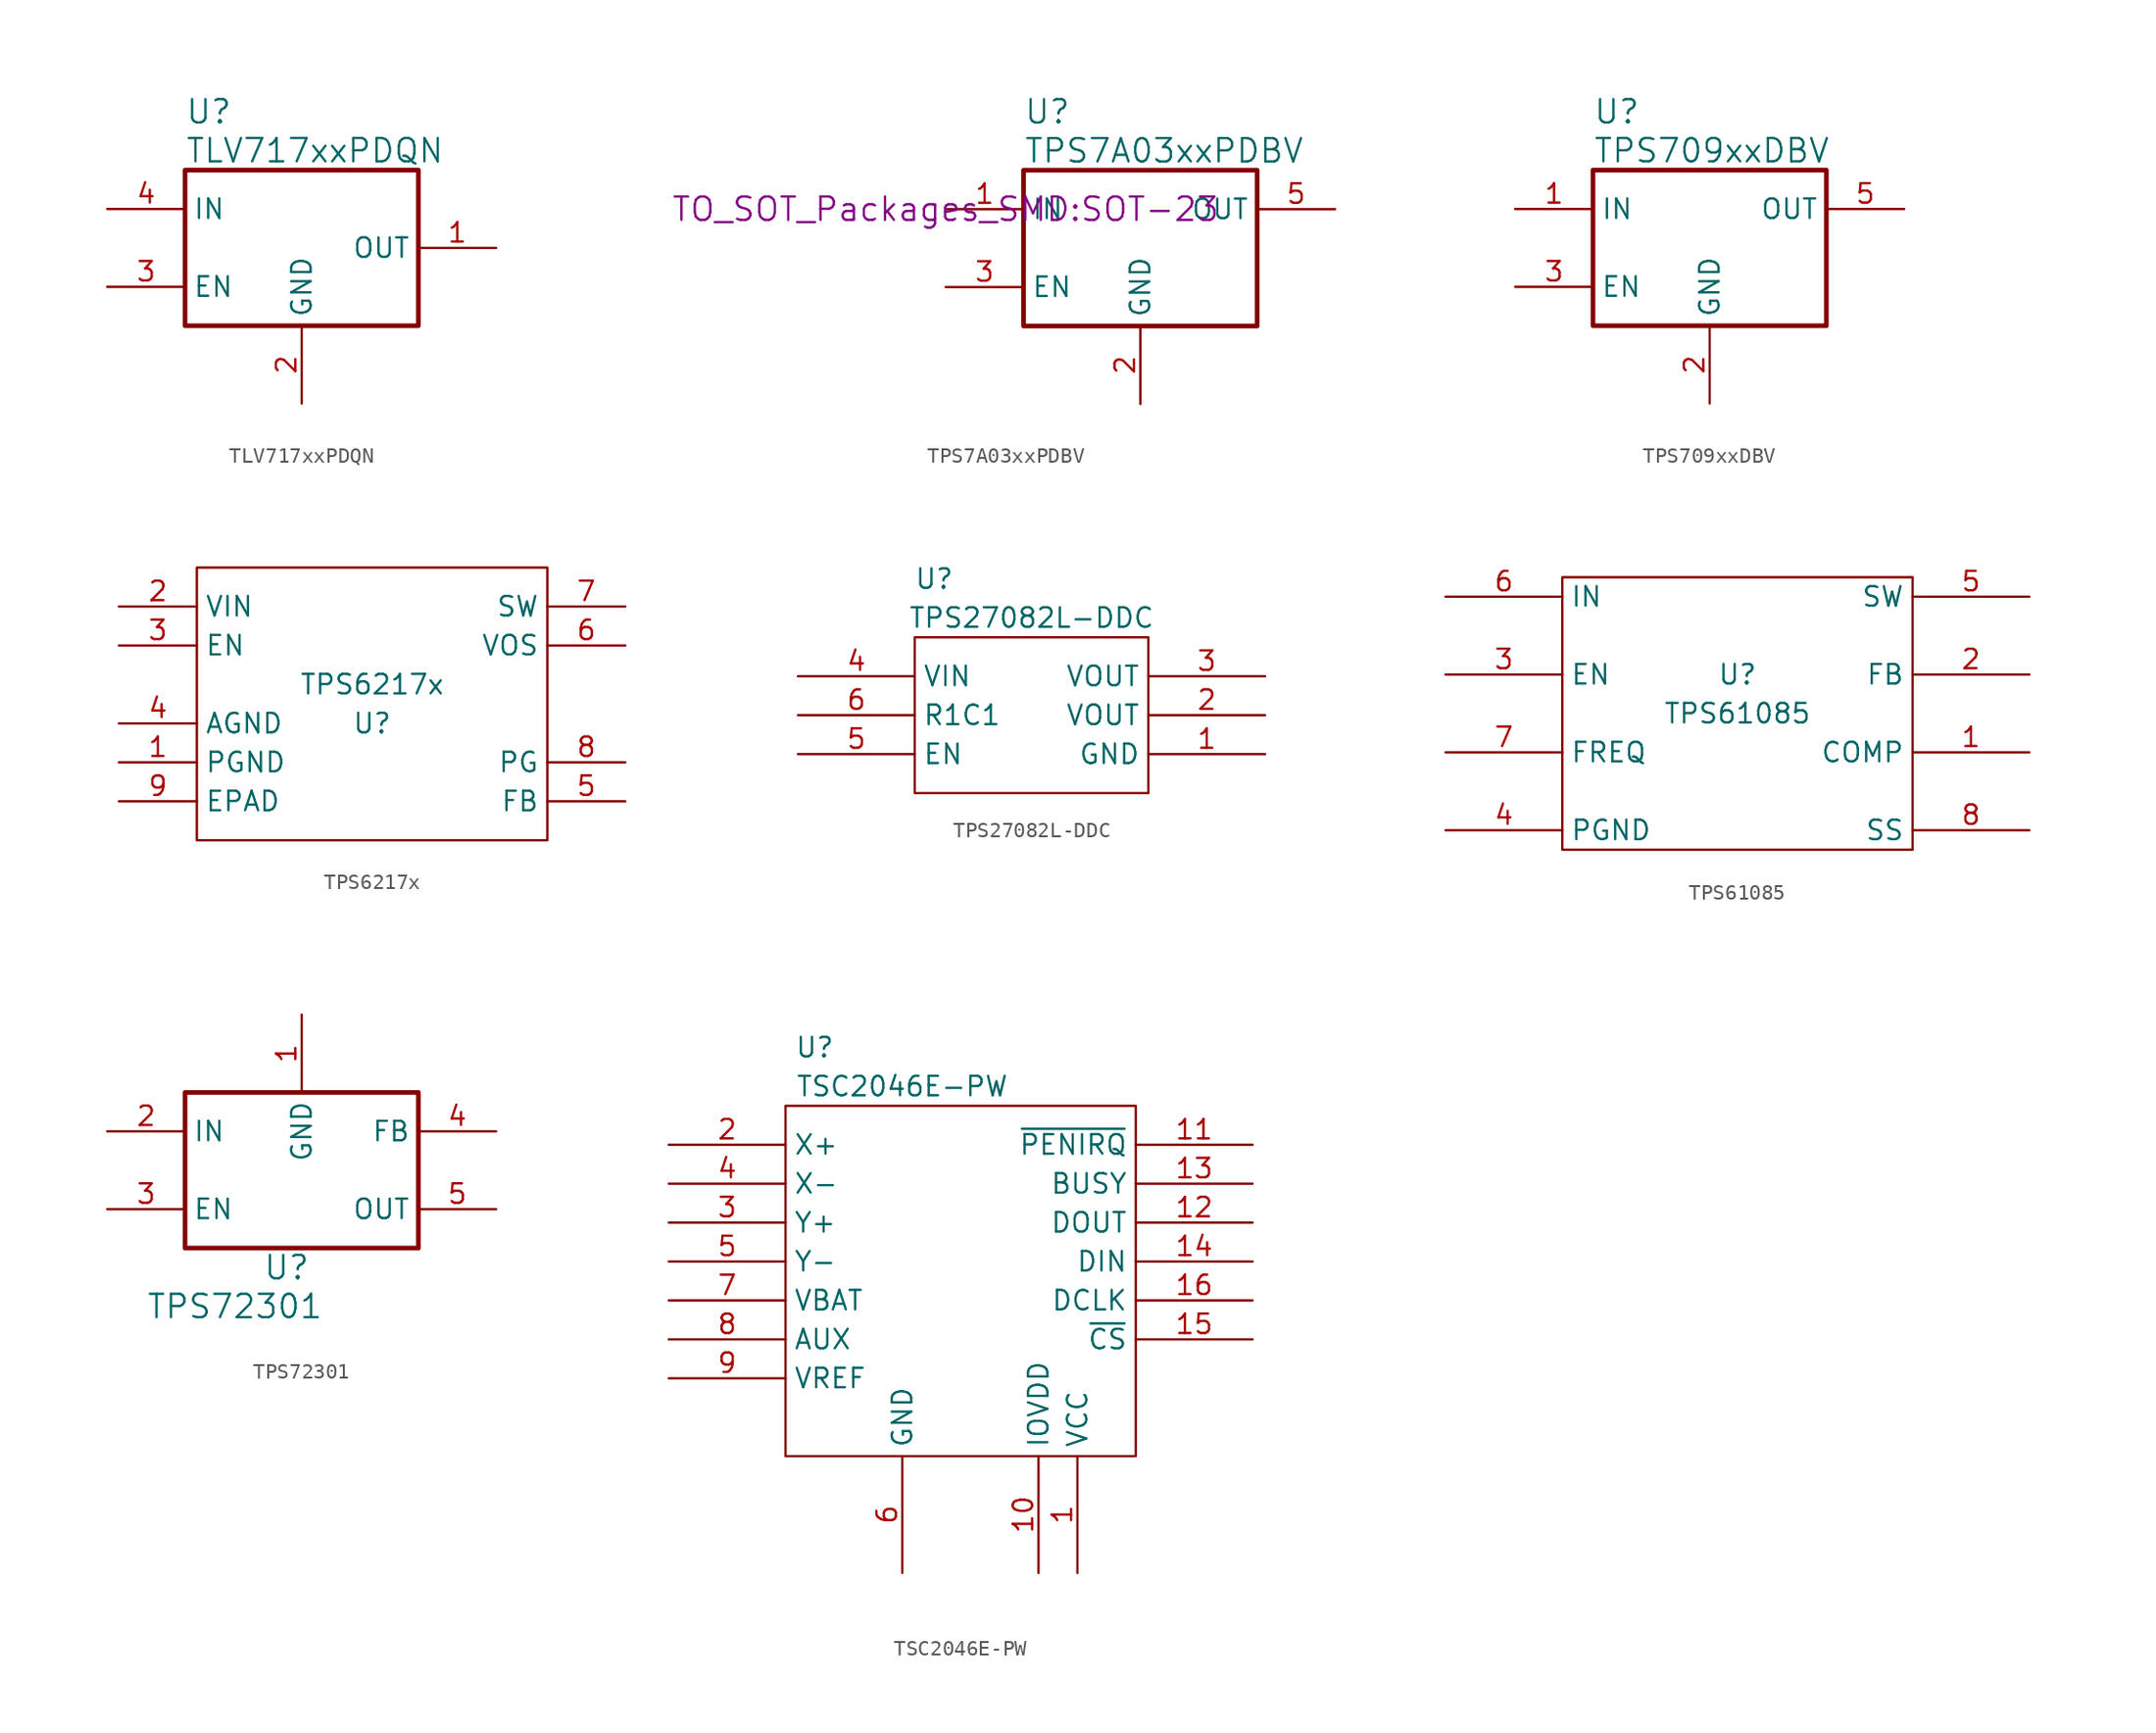
<source format=kicad_sym>
(kicad_symbol_lib
  (version 20200126)
  (host kicad_symbol_editor "(5.99.0-2195-g476558ece)")
  (symbol "ti:TLV717xxPDQN"
    (property "Reference" "U"
      (at 5.08 6.35 0)
      (effects (font (size 1.524 1.524)) (justify left)))
    (property "Value" "TLV717xxPDQN"
      (at 5.08 3.81 0)
      (effects (font (size 1.524 1.524)) (justify left)))
    (property "Footprint" ""
      (at 0 0 0)
      (effects (font (size 1.524 1.524))))
    (property "Datasheet" ""
      (at 0 0 0)
      (effects (font (size 1.524 1.524))))
    (property "ki_locked" ""
      (at 0 0 0)
      (effects (font (size 1.27 1.27))))
    (symbol "TLV717xxPDQN_1_1"
      (rectangle (start 5.08 2.54) (end 20.32 -7.62) (stroke (width 0.305)) (fill (type none)))
      (pin power_out line (at 25.4 -2.54 180) (length 5.08) (name "OUT" (effects (font (size 1.27 1.27)))) (number "1" (effects (font (size 1.27 1.27)))))
      (pin power_in line (at 12.7 -12.7 90) (length 5.08) (name "GND" (effects (font (size 1.27 1.27)))) (number "2" (effects (font (size 1.27 1.27)))))
      (pin input line (at 0 -5.08 0) (length 5.08) (name "EN" (effects (font (size 1.27 1.27)))) (number "3" (effects (font (size 1.27 1.27)))))
      (pin power_in line (at 0 0 0) (length 5.08) (name "IN" (effects (font (size 1.27 1.27)))) (number "4" (effects (font (size 1.27 1.27)))))))
  (symbol "ti:TPS7A03xxPDBV"
    (property "Reference" "U"
      (at -7.62 8.89 0)
      (effects (font (size 1.524 1.524)) (justify left)))
    (property "Value" "TPS7A03xxPDBV"
      (at -7.62 6.35 0)
      (effects (font (size 1.524 1.524)) (justify left)))
    (property "Footprint" "TO_SOT_Packages_SMD:SOT-23"
      (at -12.7 2.54 0)
      (effects (font (size 1.524 1.524))))
    (property "Datasheet" ""
      (at -12.7 2.54 0)
      (effects (font (size 1.524 1.524))))
    (symbol "TPS7A03xxPDBV_1_1"
      (rectangle (start -7.62 5.08) (end 7.62 -5.08) (stroke (width 0.305)) (fill (type none)))
      (pin power_in line (at -12.7 2.54 0) (length 5.08) (name "IN" (effects (font (size 1.27 1.27)))) (number "1" (effects (font (size 1.27 1.27)))))
      (pin power_in line (at 0 -10.16 90) (length 5.08) (name "GND" (effects (font (size 1.27 1.27)))) (number "2" (effects (font (size 1.27 1.27)))))
      (pin input line (at -12.7 -2.54 0) (length 5.08) (name "EN" (effects (font (size 1.27 1.27)))) (number "3" (effects (font (size 1.27 1.27)))))
      (pin unconnected line (at 12.7 -2.54 180) (length 5.08) hide (name "NC" (effects (font (size 1.27 1.27)))) (number "4" (effects (font (size 1.27 1.27)))))
      (pin power_out line (at 12.7 2.54 180) (length 5.08) (name "OUT" (effects (font (size 1.27 1.27)))) (number "5" (effects (font (size 1.27 1.27)))))))
  (symbol "ti:TPS709xxDBV"
    (property "Reference" "U"
      (at -7.62 8.89 0)
      (effects (font (size 1.524 1.524)) (justify left)))
    (property "Value" "TPS709xxDBV"
      (at -7.62 6.35 0)
      (effects (font (size 1.524 1.524)) (justify left)))
    (property "Footprint" ""
      (at -12.7 2.54 0)
      (effects (font (size 1.524 1.524))))
    (property "Datasheet" ""
      (at -12.7 2.54 0)
      (effects (font (size 1.524 1.524))))
    (property "ki_locked" ""
      (at 0 0 0)
      (effects (font (size 1.27 1.27))))
    (symbol "TPS709xxDBV_1_1"
      (rectangle (start -7.62 5.08) (end 7.62 -5.08) (stroke (width 0.305)) (fill (type none)))
      (pin power_in line (at -12.7 2.54 0) (length 5.08) (name "IN" (effects (font (size 1.27 1.27)))) (number "1" (effects (font (size 1.27 1.27)))))
      (pin power_in line (at 0 -10.16 90) (length 5.08) (name "GND" (effects (font (size 1.27 1.27)))) (number "2" (effects (font (size 1.27 1.27)))))
      (pin input line (at -12.7 -2.54 0) (length 5.08) (name "EN" (effects (font (size 1.27 1.27)))) (number "3" (effects (font (size 1.27 1.27)))))
      (pin unconnected line (at 12.7 -2.54 180) (length 5.08) hide (name "NC" (effects (font (size 1.27 1.27)))) (number "4" (effects (font (size 1.27 1.27)))))
      (pin power_out line (at 12.7 2.54 180) (length 5.08) (name "OUT" (effects (font (size 1.27 1.27)))) (number "5" (effects (font (size 1.27 1.27)))))))
  (symbol "ti:TPS6217x"
    (property "Reference" "U"
      (at 0 -1.27 0)
      (effects (font (size 1.27 1.27))))
    (property "Value" "TPS6217x"
      (at 0 1.27 0)
      (effects (font (size 1.27 1.27))))
    (symbol "TPS6217x_1_0"
      (rectangle (start -11.43 -8.89) (end 11.43 8.89) (stroke (width 0)) (fill (type none))))
    (symbol "TPS6217x_1_1"
      (pin power_in line (at -16.51 -3.81 0) (length 5.08) (name "PGND" (effects (font (size 1.27 1.27)))) (number "1" (effects (font (size 1.27 1.27)))))
      (pin power_in line (at -16.51 6.35 0) (length 5.08) (name "VIN" (effects (font (size 1.27 1.27)))) (number "2" (effects (font (size 1.27 1.27)))))
      (pin input line (at -16.51 3.81 0) (length 5.08) (name "EN" (effects (font (size 1.27 1.27)))) (number "3" (effects (font (size 1.27 1.27)))))
      (pin power_in line (at -16.51 -1.27 0) (length 5.08) (name "AGND" (effects (font (size 1.27 1.27)))) (number "4" (effects (font (size 1.27 1.27)))))
      (pin passive line (at 16.51 -6.35 180) (length 5.08) (name "FB" (effects (font (size 1.27 1.27)))) (number "5" (effects (font (size 1.27 1.27)))))
      (pin passive line (at 16.51 3.81 180) (length 5.08) (name "VOS" (effects (font (size 1.27 1.27)))) (number "6" (effects (font (size 1.27 1.27)))))
      (pin output line (at 16.51 6.35 180) (length 5.08) (name "SW" (effects (font (size 1.27 1.27)))) (number "7" (effects (font (size 1.27 1.27)))))
      (pin open_collector line (at 16.51 -3.81 180) (length 5.08) (name "PG" (effects (font (size 1.27 1.27)))) (number "8" (effects (font (size 1.27 1.27)))))
      (pin power_in line (at -16.51 -6.35 0) (length 5.08) (name "EPAD" (effects (font (size 1.27 1.27)))) (number "9" (effects (font (size 1.27 1.27)))))))
  (symbol "ti:TPS27082L-DDC"
    (property "Reference" "U"
      (at -6.35 8.89 0)
      (effects (font (size 1.27 1.27))))
    (property "Value" "TPS27082L-DDC"
      (at 0 6.35 0)
      (effects (font (size 1.27 1.27))))
    (symbol "TPS27082L-DDC_0_1"
      (rectangle (start -7.62 5.08) (end 7.62 -5.08) (stroke (width 0)) (fill (type none))))
    (symbol "TPS27082L-DDC_1_1"
      (pin power_in line (at 15.24 -2.54 180) (length 7.62) (name "GND" (effects (font (size 1.27 1.27)))) (number "1" (effects (font (size 1.27 1.27)))))
      (pin power_out line (at 15.24 0 180) (length 7.62) (name "VOUT" (effects (font (size 1.27 1.27)))) (number "2" (effects (font (size 1.27 1.27)))))
      (pin power_out line (at 15.24 2.54 180) (length 7.62) (name "VOUT" (effects (font (size 1.27 1.27)))) (number "3" (effects (font (size 1.27 1.27)))))
      (pin power_in line (at -15.24 2.54 0) (length 7.62) (name "VIN" (effects (font (size 1.27 1.27)))) (number "4" (effects (font (size 1.27 1.27)))))
      (pin input line (at -15.24 -2.54 0) (length 7.62) (name "EN" (effects (font (size 1.27 1.27)))) (number "5" (effects (font (size 1.27 1.27)))))
      (pin passive line (at -15.24 0 0) (length 7.62) (name "R1C1" (effects (font (size 1.27 1.27)))) (number "6" (effects (font (size 1.27 1.27)))))))
  (symbol "ti:TPS61085"
    (property "Reference" "U"
      (at 0 2.54 0)
      (effects (font (size 1.27 1.27))))
    (property "Value" "TPS61085"
      (at 0 0 0)
      (effects (font (size 1.27 1.27))))
    (symbol "TPS61085_1_0"
      (rectangle (start -11.43 -8.89) (end 11.43 8.89) (stroke (width 0)) (fill (type none))))
    (symbol "TPS61085_1_1"
      (pin passive line (at 19.05 -2.54 180) (length 7.62) (name "COMP" (effects (font (size 1.27 1.27)))) (number "1" (effects (font (size 1.27 1.27)))))
      (pin passive line (at 19.05 2.54 180) (length 7.62) (name "FB" (effects (font (size 1.27 1.27)))) (number "2" (effects (font (size 1.27 1.27)))))
      (pin input line (at -19.05 2.54 0) (length 7.62) (name "EN" (effects (font (size 1.27 1.27)))) (number "3" (effects (font (size 1.27 1.27)))))
      (pin power_in line (at -19.05 -7.62 0) (length 7.62) (name "PGND" (effects (font (size 1.27 1.27)))) (number "4" (effects (font (size 1.27 1.27)))))
      (pin passive line (at 19.05 7.62 180) (length 7.62) (name "SW" (effects (font (size 1.27 1.27)))) (number "5" (effects (font (size 1.27 1.27)))))
      (pin power_in line (at -19.05 7.62 0) (length 7.62) (name "IN" (effects (font (size 1.27 1.27)))) (number "6" (effects (font (size 1.27 1.27)))))
      (pin input line (at -19.05 -2.54 0) (length 7.62) (name "FREQ" (effects (font (size 1.27 1.27)))) (number "7" (effects (font (size 1.27 1.27)))))
      (pin passive line (at 19.05 -7.62 180) (length 7.62) (name "SS" (effects (font (size 1.27 1.27)))) (number "8" (effects (font (size 1.27 1.27)))))))
  (symbol "ti:TPS72301"
    (property "Reference" "U"
      (at -2.54 -6.35 0)
      (effects (font (size 1.524 1.524)) (justify left)))
    (property "Value" "TPS72301"
      (at -10.16 -8.89 0)
      (effects (font (size 1.524 1.524)) (justify left)))
    (property "Footprint" ""
      (at -12.7 2.54 0)
      (effects (font (size 1.524 1.524))))
    (property "Datasheet" ""
      (at -12.7 2.54 0)
      (effects (font (size 1.524 1.524))))
    (property "ki_locked" ""
      (at 0 0 0)
      (effects (font (size 1.27 1.27))))
    (symbol "TPS72301_1_1"
      (rectangle (start -7.62 5.08) (end 7.62 -5.08) (stroke (width 0.305)) (fill (type none)))
      (pin power_in line (at 0 10.16 270) (length 5.08) (name "GND" (effects (font (size 1.27 1.27)))) (number "1" (effects (font (size 1.27 1.27)))))
      (pin power_in line (at -12.7 2.54 0) (length 5.08) (name "IN" (effects (font (size 1.27 1.27)))) (number "2" (effects (font (size 1.27 1.27)))))
      (pin input line (at -12.7 -2.54 0) (length 5.08) (name "EN" (effects (font (size 1.27 1.27)))) (number "3" (effects (font (size 1.27 1.27)))))
      (pin input line (at 12.7 2.54 180) (length 5.08) (name "FB" (effects (font (size 1.27 1.27)))) (number "4" (effects (font (size 1.27 1.27)))))
      (pin power_out line (at 12.7 -2.54 180) (length 5.08) (name "OUT" (effects (font (size 1.27 1.27)))) (number "5" (effects (font (size 1.27 1.27)))))))
  (symbol "ti:TSC2046E-PW"
    (property "Reference" "U"
      (at -9.525 15.24 0)
      (effects (font (size 1.27 1.27))))
    (property "Value" "TSC2046E-PW"
      (at -3.81 12.7 0)
      (effects (font (size 1.27 1.27))))
    (symbol "TSC2046E-PW_1_0"
      (rectangle (start -11.43 -11.43) (end 11.43 11.43) (stroke (width 0)) (fill (type none))))
    (symbol "TSC2046E-PW_1_1"
      (pin power_in line (at 7.62 -19.05 90) (length 7.62) (name "VCC" (effects (font (size 1.27 1.27)))) (number "1" (effects (font (size 1.27 1.27)))))
      (pin power_in line (at 5.08 -19.05 90) (length 7.62) (name "IOVDD" (effects (font (size 1.27 1.27)))) (number "10" (effects (font (size 1.27 1.27)))))
      (pin open_collector line (at 19.05 8.89 180) (length 7.62) (name "~PENIRQ" (effects (font (size 1.27 1.27)))) (number "11" (effects (font (size 1.27 1.27)))))
      (pin output line (at 19.05 3.81 180) (length 7.62) (name "DOUT" (effects (font (size 1.27 1.27)))) (number "12" (effects (font (size 1.27 1.27)))))
      (pin output line (at 19.05 6.35 180) (length 7.62) (name "BUSY" (effects (font (size 1.27 1.27)))) (number "13" (effects (font (size 1.27 1.27)))))
      (pin input line (at 19.05 1.27 180) (length 7.62) (name "DIN" (effects (font (size 1.27 1.27)))) (number "14" (effects (font (size 1.27 1.27)))))
      (pin input line (at 19.05 -3.81 180) (length 7.62) (name "~CS" (effects (font (size 1.27 1.27)))) (number "15" (effects (font (size 1.27 1.27)))))
      (pin input line (at 19.05 -1.27 180) (length 7.62) (name "DCLK" (effects (font (size 1.27 1.27)))) (number "16" (effects (font (size 1.27 1.27)))))
      (pin input line (at -19.05 8.89 0) (length 7.62) (name "X+" (effects (font (size 1.27 1.27)))) (number "2" (effects (font (size 1.27 1.27)))))
      (pin input line (at -19.05 3.81 0) (length 7.62) (name "Y+" (effects (font (size 1.27 1.27)))) (number "3" (effects (font (size 1.27 1.27)))))
      (pin input line (at -19.05 6.35 0) (length 7.62) (name "X-" (effects (font (size 1.27 1.27)))) (number "4" (effects (font (size 1.27 1.27)))))
      (pin input line (at -19.05 1.27 0) (length 7.62) (name "Y-" (effects (font (size 1.27 1.27)))) (number "5" (effects (font (size 1.27 1.27)))))
      (pin power_in line (at -3.81 -19.05 90) (length 7.62) (name "GND" (effects (font (size 1.27 1.27)))) (number "6" (effects (font (size 1.27 1.27)))))
      (pin power_in line (at -19.05 -1.27 0) (length 7.62) (name "VBAT" (effects (font (size 1.27 1.27)))) (number "7" (effects (font (size 1.27 1.27)))))
      (pin input line (at -19.05 -3.81 0) (length 7.62) (name "AUX" (effects (font (size 1.27 1.27)))) (number "8" (effects (font (size 1.27 1.27)))))
      (pin input line (at -19.05 -6.35 0) (length 7.62) (name "VREF" (effects (font (size 1.27 1.27)))) (number "9" (effects (font (size 1.27 1.27))))))))
</source>
